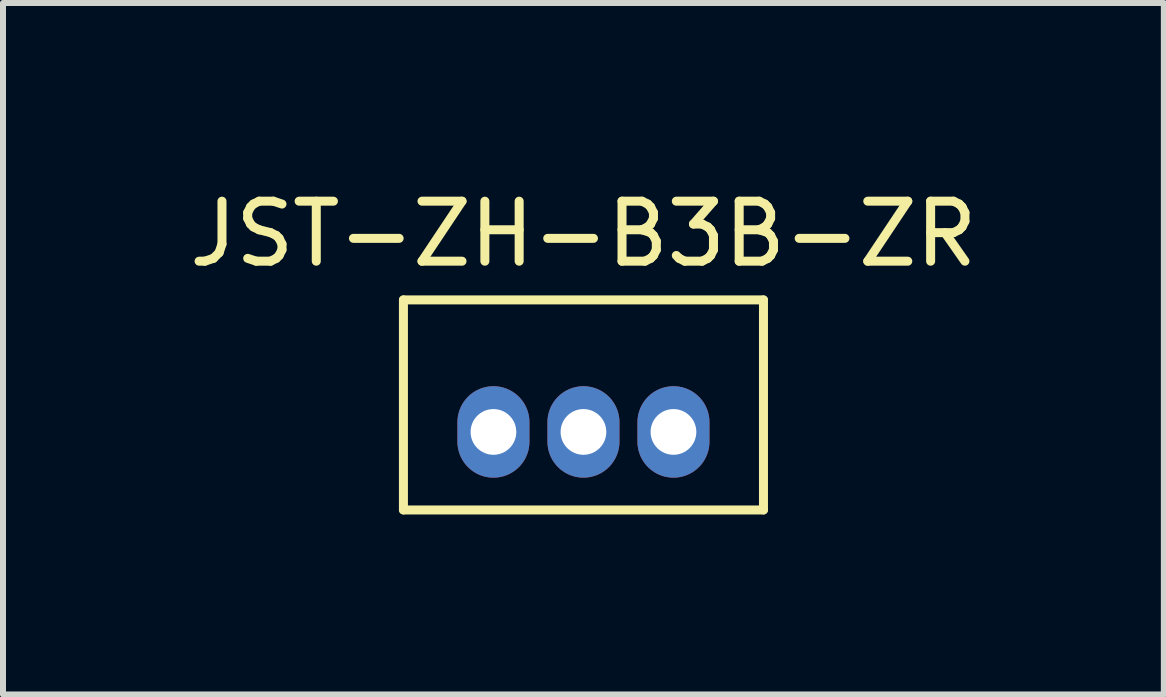
<source format=kicad_pcb>
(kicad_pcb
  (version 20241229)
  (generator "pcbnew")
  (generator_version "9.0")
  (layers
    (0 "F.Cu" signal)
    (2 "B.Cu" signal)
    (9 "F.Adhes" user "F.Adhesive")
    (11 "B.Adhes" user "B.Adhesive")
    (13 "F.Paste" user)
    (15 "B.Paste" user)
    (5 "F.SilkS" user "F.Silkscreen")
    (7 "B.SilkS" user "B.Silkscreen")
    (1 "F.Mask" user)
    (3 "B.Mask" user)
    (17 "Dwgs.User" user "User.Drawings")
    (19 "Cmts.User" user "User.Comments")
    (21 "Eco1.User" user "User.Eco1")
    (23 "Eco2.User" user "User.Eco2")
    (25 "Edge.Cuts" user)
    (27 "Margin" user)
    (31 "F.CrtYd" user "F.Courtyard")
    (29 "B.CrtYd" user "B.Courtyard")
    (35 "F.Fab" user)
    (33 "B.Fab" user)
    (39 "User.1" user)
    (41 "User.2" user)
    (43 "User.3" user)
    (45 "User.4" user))
  (footprint "JST-ZH-B3B-ZR"
    (layer "F.Cu")
    (at 6.673 4.148)
    (property "Reference" "JST-ZH-B3B-ZR" (at 0 -3.3 0) (layer "F.SilkS") (effects (font (size 1 1) (thickness 0.15))))
    (attr through_hole)
    (fp_line (start -3 -2.2) (end -3 1.3) (stroke (width 0.15) (type solid)) (layer "F.SilkS"))
    (fp_line (start -3 1.3) (end 3 1.3) (stroke (width 0.15) (type solid)) (layer "F.SilkS"))
    (fp_line (start 3 -2.2) (end -3 -2.2) (stroke (width 0.15) (type solid)) (layer "F.SilkS"))
    (fp_line (start 3 -2.2) (end 3 1.3) (stroke (width 0.15) (type solid)) (layer "F.SilkS"))
    (pad "1" thru_hole oval (at -1.5 0) (size 1.2 1.524) (drill 0.762) (layers "*.Cu" "*.Mask"))
    (pad "2" thru_hole oval (at 0 0) (size 1.2 1.524) (drill 0.762) (layers "*.Cu" "*.Mask"))
    (pad "3" thru_hole oval (at 1.5 0) (size 1.2 1.524) (drill 0.762) (layers "*.Cu" "*.Mask")))
  (gr_rect
    (start -3 -3)
    (end 16.345 8.523)
    (stroke (width 0.1) (type default))
    (fill no)
    (layer "Edge.Cuts")))
</source>
